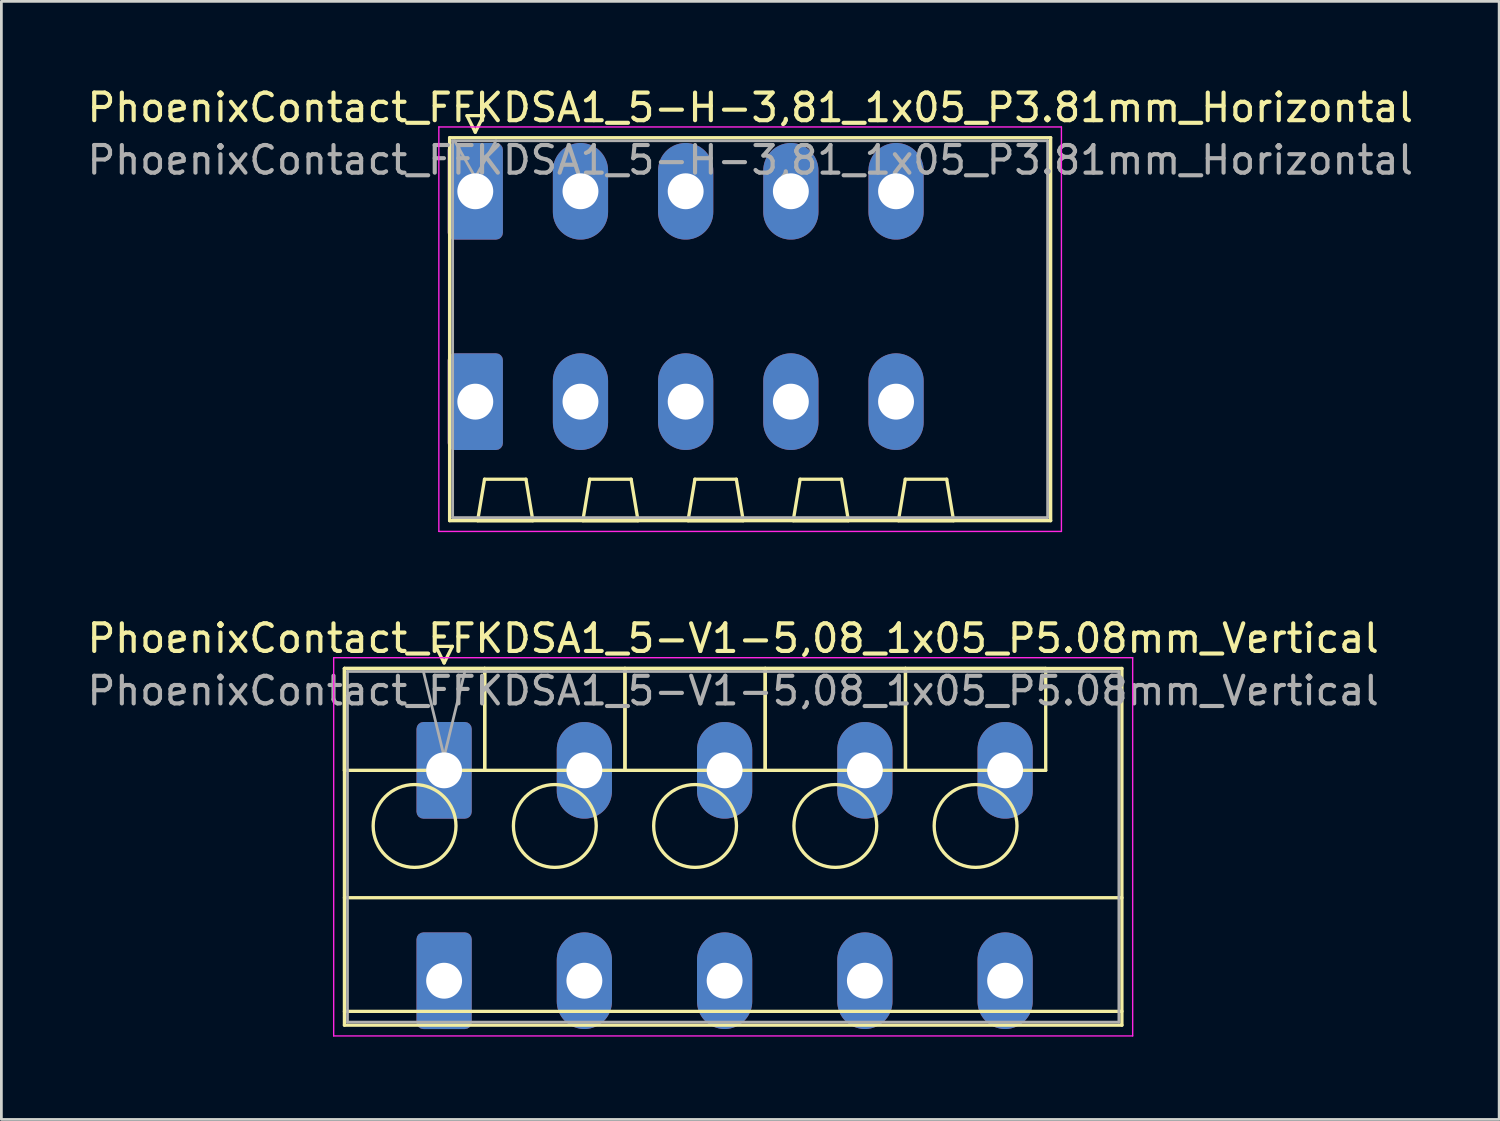
<source format=kicad_pcb>
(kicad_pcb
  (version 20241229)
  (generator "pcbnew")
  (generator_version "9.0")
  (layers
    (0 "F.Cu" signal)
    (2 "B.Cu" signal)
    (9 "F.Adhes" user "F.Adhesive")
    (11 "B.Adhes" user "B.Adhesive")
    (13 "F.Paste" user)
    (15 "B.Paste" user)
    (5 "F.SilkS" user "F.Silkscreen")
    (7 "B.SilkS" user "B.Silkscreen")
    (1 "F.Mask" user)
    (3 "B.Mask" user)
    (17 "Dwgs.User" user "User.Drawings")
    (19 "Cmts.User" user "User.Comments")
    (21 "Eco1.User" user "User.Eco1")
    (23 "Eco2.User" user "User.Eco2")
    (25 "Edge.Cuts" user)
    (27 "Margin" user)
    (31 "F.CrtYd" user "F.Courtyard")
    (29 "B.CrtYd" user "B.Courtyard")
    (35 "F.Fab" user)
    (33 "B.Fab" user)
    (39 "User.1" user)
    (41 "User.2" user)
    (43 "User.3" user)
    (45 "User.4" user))
  (footprint "PhoenixContact_FFKDSA1_5-H-3,81_1x05_P3.81mm_Horizontal"
    (layer "F.Cu")
    (at 14.165 3.878)
    (property "Reference" "PhoenixContact_FFKDSA1_5-H-3,81_1x05_P3.81mm_Horizontal" (at 9.96 -3.03 0) (layer "F.SilkS") (effects (font (size 1 1) (thickness 0.15))))
    (attr through_hole)
    (fp_line (start -0.93 -1.94) (end -0.93 11.93) (stroke (width 0.12) (type solid)) (layer "F.SilkS"))
    (fp_line (start -0.93 11.93) (end 20.84 11.93) (stroke (width 0.12) (type solid)) (layer "F.SilkS"))
    (fp_line (start -0.3 -2.74) (end 0.3 -2.74) (stroke (width 0.12) (type solid)) (layer "F.SilkS"))
    (fp_line (start 0 -2.14) (end -0.3 -2.74) (stroke (width 0.12) (type solid)) (layer "F.SilkS"))
    (fp_line (start 0.085 11.93) (end 2.085 11.93) (stroke (width 0.12) (type solid)) (layer "F.SilkS"))
    (fp_line (start 0.3 -2.74) (end 0 -2.14) (stroke (width 0.12) (type solid)) (layer "F.SilkS"))
    (fp_line (start 0.335 10.43) (end 0.085 11.93) (stroke (width 0.12) (type solid)) (layer "F.SilkS"))
    (fp_line (start 1.835 10.43) (end 0.335 10.43) (stroke (width 0.12) (type solid)) (layer "F.SilkS"))
    (fp_line (start 2.085 11.93) (end 1.835 10.43) (stroke (width 0.12) (type solid)) (layer "F.SilkS"))
    (fp_line (start 3.895 11.93) (end 5.895 11.93) (stroke (width 0.12) (type solid)) (layer "F.SilkS"))
    (fp_line (start 4.145 10.43) (end 3.895 11.93) (stroke (width 0.12) (type solid)) (layer "F.SilkS"))
    (fp_line (start 5.645 10.43) (end 4.145 10.43) (stroke (width 0.12) (type solid)) (layer "F.SilkS"))
    (fp_line (start 5.895 11.93) (end 5.645 10.43) (stroke (width 0.12) (type solid)) (layer "F.SilkS"))
    (fp_line (start 7.705 11.93) (end 9.705 11.93) (stroke (width 0.12) (type solid)) (layer "F.SilkS"))
    (fp_line (start 7.955 10.43) (end 7.705 11.93) (stroke (width 0.12) (type solid)) (layer "F.SilkS"))
    (fp_line (start 9.455 10.43) (end 7.955 10.43) (stroke (width 0.12) (type solid)) (layer "F.SilkS"))
    (fp_line (start 9.705 11.93) (end 9.455 10.43) (stroke (width 0.12) (type solid)) (layer "F.SilkS"))
    (fp_line (start 11.515 11.93) (end 13.515 11.93) (stroke (width 0.12) (type solid)) (layer "F.SilkS"))
    (fp_line (start 11.765 10.43) (end 11.515 11.93) (stroke (width 0.12) (type solid)) (layer "F.SilkS"))
    (fp_line (start 13.265 10.43) (end 11.765 10.43) (stroke (width 0.12) (type solid)) (layer "F.SilkS"))
    (fp_line (start 13.515 11.93) (end 13.265 10.43) (stroke (width 0.12) (type solid)) (layer "F.SilkS"))
    (fp_line (start 15.325 11.93) (end 17.325 11.93) (stroke (width 0.12) (type solid)) (layer "F.SilkS"))
    (fp_line (start 15.575 10.43) (end 15.325 11.93) (stroke (width 0.12) (type solid)) (layer "F.SilkS"))
    (fp_line (start 17.075 10.43) (end 15.575 10.43) (stroke (width 0.12) (type solid)) (layer "F.SilkS"))
    (fp_line (start 17.325 11.93) (end 17.075 10.43) (stroke (width 0.12) (type solid)) (layer "F.SilkS"))
    (fp_line (start 20.84 -1.94) (end -0.93 -1.94) (stroke (width 0.12) (type solid)) (layer "F.SilkS"))
    (fp_line (start 20.84 11.93) (end 20.84 -1.94) (stroke (width 0.12) (type solid)) (layer "F.SilkS"))
    (fp_line (start -1.32 -2.33) (end -1.32 12.32) (stroke (width 0.05) (type solid)) (layer "F.CrtYd"))
    (fp_line (start -1.32 12.32) (end 21.23 12.32) (stroke (width 0.05) (type solid)) (layer "F.CrtYd"))
    (fp_line (start 21.23 -2.33) (end -1.32 -2.33) (stroke (width 0.05) (type solid)) (layer "F.CrtYd"))
    (fp_line (start 21.23 12.32) (end 21.23 -2.33) (stroke (width 0.05) (type solid)) (layer "F.CrtYd"))
    (fp_line (start -0.82 -1.83) (end -0.82 11.82) (stroke (width 0.1) (type solid)) (layer "F.Fab"))
    (fp_line (start -0.82 11.82) (end 20.73 11.82) (stroke (width 0.1) (type solid)) (layer "F.Fab"))
    (fp_line (start 0 -0.5) (end -0.75 -1.83) (stroke (width 0.1) (type solid)) (layer "F.Fab"))
    (fp_line (start 0.75 -1.83) (end 0 -0.5) (stroke (width 0.1) (type solid)) (layer "F.Fab"))
    (fp_line (start 20.73 -1.83) (end -0.82 -1.83) (stroke (width 0.1) (type solid)) (layer "F.Fab"))
    (fp_line (start 20.73 11.82) (end 20.73 -1.83) (stroke (width 0.1) (type solid)) (layer "F.Fab"))
    (fp_text user "${REFERENCE}" (at 9.96 -1.13 0) (layer "F.Fab") (effects (font (size 1 1) (thickness 0.15))))
    (pad "1" thru_hole roundrect (at 0 0) (size 2 3.5) (drill 1.3) (layers "*.Cu" "*.Mask") (roundrect_rratio 0.125))
    (pad "1" thru_hole roundrect (at 0 7.62) (size 2 3.5) (drill 1.3) (layers "*.Cu" "*.Mask") (roundrect_rratio 0.125))
    (pad "2" thru_hole oval (at 3.81 0) (size 2 3.5) (drill 1.3) (layers "*.Cu" "*.Mask"))
    (pad "2" thru_hole oval (at 3.81 7.62) (size 2 3.5) (drill 1.3) (layers "*.Cu" "*.Mask"))
    (pad "3" thru_hole oval (at 7.62 0) (size 2 3.5) (drill 1.3) (layers "*.Cu" "*.Mask"))
    (pad "3" thru_hole oval (at 7.62 7.62) (size 2 3.5) (drill 1.3) (layers "*.Cu" "*.Mask"))
    (pad "4" thru_hole oval (at 11.43 0) (size 2 3.5) (drill 1.3) (layers "*.Cu" "*.Mask"))
    (pad "4" thru_hole oval (at 11.43 7.62) (size 2 3.5) (drill 1.3) (layers "*.Cu" "*.Mask"))
    (pad "5" thru_hole oval (at 15.24 0) (size 2 3.5) (drill 1.3) (layers "*.Cu" "*.Mask"))
    (pad "5" thru_hole oval (at 15.24 7.62) (size 2 3.5) (drill 1.3) (layers "*.Cu" "*.Mask")))
  (footprint "PhoenixContact_FFKDSA1_5-V1-5,08_1x05_P5.08mm_Vertical"
    (layer "F.Cu")
    (at 13.036 24.852)
    (property "Reference" "PhoenixContact_FFKDSA1_5-V1-5,08_1x05_P5.08mm_Vertical" (at 10.47 -4.78 0) (layer "F.SilkS") (effects (font (size 1 1) (thickness 0.15))))
    (attr through_hole)
    (fp_line (start -3.61 -3.69) (end -3.61 0) (stroke (width 0.12) (type solid)) (layer "F.SilkS"))
    (fp_line (start -3.61 -3.69) (end -3.61 9.23) (stroke (width 0.12) (type solid)) (layer "F.SilkS"))
    (fp_line (start -3.61 0) (end 1.47 0) (stroke (width 0.12) (type solid)) (layer "F.SilkS"))
    (fp_line (start -3.61 4.615) (end 24.55 4.615) (stroke (width 0.12) (type solid)) (layer "F.SilkS"))
    (fp_line (start -3.61 8.73) (end 24.55 8.73) (stroke (width 0.12) (type solid)) (layer "F.SilkS"))
    (fp_line (start -3.61 9.23) (end 24.55 9.23) (stroke (width 0.12) (type solid)) (layer "F.SilkS"))
    (fp_line (start -0.3 -4.49) (end 0.3 -4.49) (stroke (width 0.12) (type solid)) (layer "F.SilkS"))
    (fp_line (start 0 -3.89) (end -0.3 -4.49) (stroke (width 0.12) (type solid)) (layer "F.SilkS"))
    (fp_line (start 0.3 -4.49) (end 0 -3.89) (stroke (width 0.12) (type solid)) (layer "F.SilkS"))
    (fp_line (start 1.47 -3.69) (end -3.61 -3.69) (stroke (width 0.12) (type solid)) (layer "F.SilkS"))
    (fp_line (start 1.47 -3.69) (end 1.47 0) (stroke (width 0.12) (type solid)) (layer "F.SilkS"))
    (fp_line (start 1.47 0) (end 1.47 -3.69) (stroke (width 0.12) (type solid)) (layer "F.SilkS"))
    (fp_line (start 1.47 0) (end 6.55 0) (stroke (width 0.12) (type solid)) (layer "F.SilkS"))
    (fp_line (start 6.55 -3.69) (end 1.47 -3.69) (stroke (width 0.12) (type solid)) (layer "F.SilkS"))
    (fp_line (start 6.55 -3.69) (end 6.55 0) (stroke (width 0.12) (type solid)) (layer "F.SilkS"))
    (fp_line (start 6.55 0) (end 6.55 -3.69) (stroke (width 0.12) (type solid)) (layer "F.SilkS"))
    (fp_line (start 6.55 0) (end 11.63 0) (stroke (width 0.12) (type solid)) (layer "F.SilkS"))
    (fp_line (start 11.63 -3.69) (end 6.55 -3.69) (stroke (width 0.12) (type solid)) (layer "F.SilkS"))
    (fp_line (start 11.63 -3.69) (end 11.63 0) (stroke (width 0.12) (type solid)) (layer "F.SilkS"))
    (fp_line (start 11.63 0) (end 11.63 -3.69) (stroke (width 0.12) (type solid)) (layer "F.SilkS"))
    (fp_line (start 11.63 0) (end 16.71 0) (stroke (width 0.12) (type solid)) (layer "F.SilkS"))
    (fp_line (start 16.71 -3.69) (end 11.63 -3.69) (stroke (width 0.12) (type solid)) (layer "F.SilkS"))
    (fp_line (start 16.71 -3.69) (end 16.71 0) (stroke (width 0.12) (type solid)) (layer "F.SilkS"))
    (fp_line (start 16.71 0) (end 16.71 -3.69) (stroke (width 0.12) (type solid)) (layer "F.SilkS"))
    (fp_line (start 16.71 0) (end 21.79 0) (stroke (width 0.12) (type solid)) (layer "F.SilkS"))
    (fp_line (start 21.79 -3.69) (end 16.71 -3.69) (stroke (width 0.12) (type solid)) (layer "F.SilkS"))
    (fp_line (start 21.79 0) (end 21.79 -3.69) (stroke (width 0.12) (type solid)) (layer "F.SilkS"))
    (fp_line (start 24.55 -3.69) (end -3.61 -3.69) (stroke (width 0.12) (type solid)) (layer "F.SilkS"))
    (fp_line (start 24.55 9.23) (end 24.55 -3.69) (stroke (width 0.12) (type solid)) (layer "F.SilkS"))
    (fp_circle (center -1.07 2.015) (end 0.43 2.015) (stroke (width 0.12) (type solid)) (fill no) (layer "F.SilkS"))
    (fp_circle (center 4.01 2.015) (end 5.51 2.015) (stroke (width 0.12) (type solid)) (fill no) (layer "F.SilkS"))
    (fp_circle (center 9.09 2.015) (end 10.59 2.015) (stroke (width 0.12) (type solid)) (fill no) (layer "F.SilkS"))
    (fp_circle (center 14.17 2.015) (end 15.67 2.015) (stroke (width 0.12) (type solid)) (fill no) (layer "F.SilkS"))
    (fp_circle (center 19.25 2.015) (end 20.75 2.015) (stroke (width 0.12) (type solid)) (fill no) (layer "F.SilkS"))
    (fp_line (start -4 -4.08) (end -4 9.62) (stroke (width 0.05) (type solid)) (layer "F.CrtYd"))
    (fp_line (start -4 9.62) (end 24.94 9.62) (stroke (width 0.05) (type solid)) (layer "F.CrtYd"))
    (fp_line (start 24.94 -4.08) (end -4 -4.08) (stroke (width 0.05) (type solid)) (layer "F.CrtYd"))
    (fp_line (start 24.94 9.62) (end 24.94 -4.08) (stroke (width 0.05) (type solid)) (layer "F.CrtYd"))
    (fp_line (start -3.5 -3.58) (end -3.5 9.12) (stroke (width 0.1) (type solid)) (layer "F.Fab"))
    (fp_line (start -3.5 9.12) (end 24.44 9.12) (stroke (width 0.1) (type solid)) (layer "F.Fab"))
    (fp_line (start 0 -0.5) (end -0.75 -3.58) (stroke (width 0.1) (type solid)) (layer "F.Fab"))
    (fp_line (start 0.75 -3.58) (end 0 -0.5) (stroke (width 0.1) (type solid)) (layer "F.Fab"))
    (fp_line (start 24.44 -3.58) (end -3.5 -3.58) (stroke (width 0.1) (type solid)) (layer "F.Fab"))
    (fp_line (start 24.44 9.12) (end 24.44 -3.58) (stroke (width 0.1) (type solid)) (layer "F.Fab"))
    (fp_text user "${REFERENCE}" (at 10.47 -2.88 0) (layer "F.Fab") (effects (font (size 1 1) (thickness 0.15))))
    (pad "1" thru_hole roundrect (at 0 0) (size 2 3.5) (drill 1.3) (layers "*.Cu" "*.Mask") (roundrect_rratio 0.125))
    (pad "1" thru_hole roundrect (at 0 7.62) (size 2 3.5) (drill 1.3) (layers "*.Cu" "*.Mask") (roundrect_rratio 0.125))
    (pad "2" thru_hole oval (at 5.08 0) (size 2 3.5) (drill 1.3) (layers "*.Cu" "*.Mask"))
    (pad "2" thru_hole oval (at 5.08 7.62) (size 2 3.5) (drill 1.3) (layers "*.Cu" "*.Mask"))
    (pad "3" thru_hole oval (at 10.16 0) (size 2 3.5) (drill 1.3) (layers "*.Cu" "*.Mask"))
    (pad "3" thru_hole oval (at 10.16 7.62) (size 2 3.5) (drill 1.3) (layers "*.Cu" "*.Mask"))
    (pad "4" thru_hole oval (at 15.24 0) (size 2 3.5) (drill 1.3) (layers "*.Cu" "*.Mask"))
    (pad "4" thru_hole oval (at 15.24 7.62) (size 2 3.5) (drill 1.3) (layers "*.Cu" "*.Mask"))
    (pad "5" thru_hole oval (at 20.32 0) (size 2 3.5) (drill 1.3) (layers "*.Cu" "*.Mask"))
    (pad "5" thru_hole oval (at 20.32 7.62) (size 2 3.5) (drill 1.3) (layers "*.Cu" "*.Mask")))
  (gr_rect
    (start -3 -3)
    (end 51.25 37.496)
    (stroke (width 0.1) (type default))
    (fill no)
    (layer "Edge.Cuts")))
</source>
